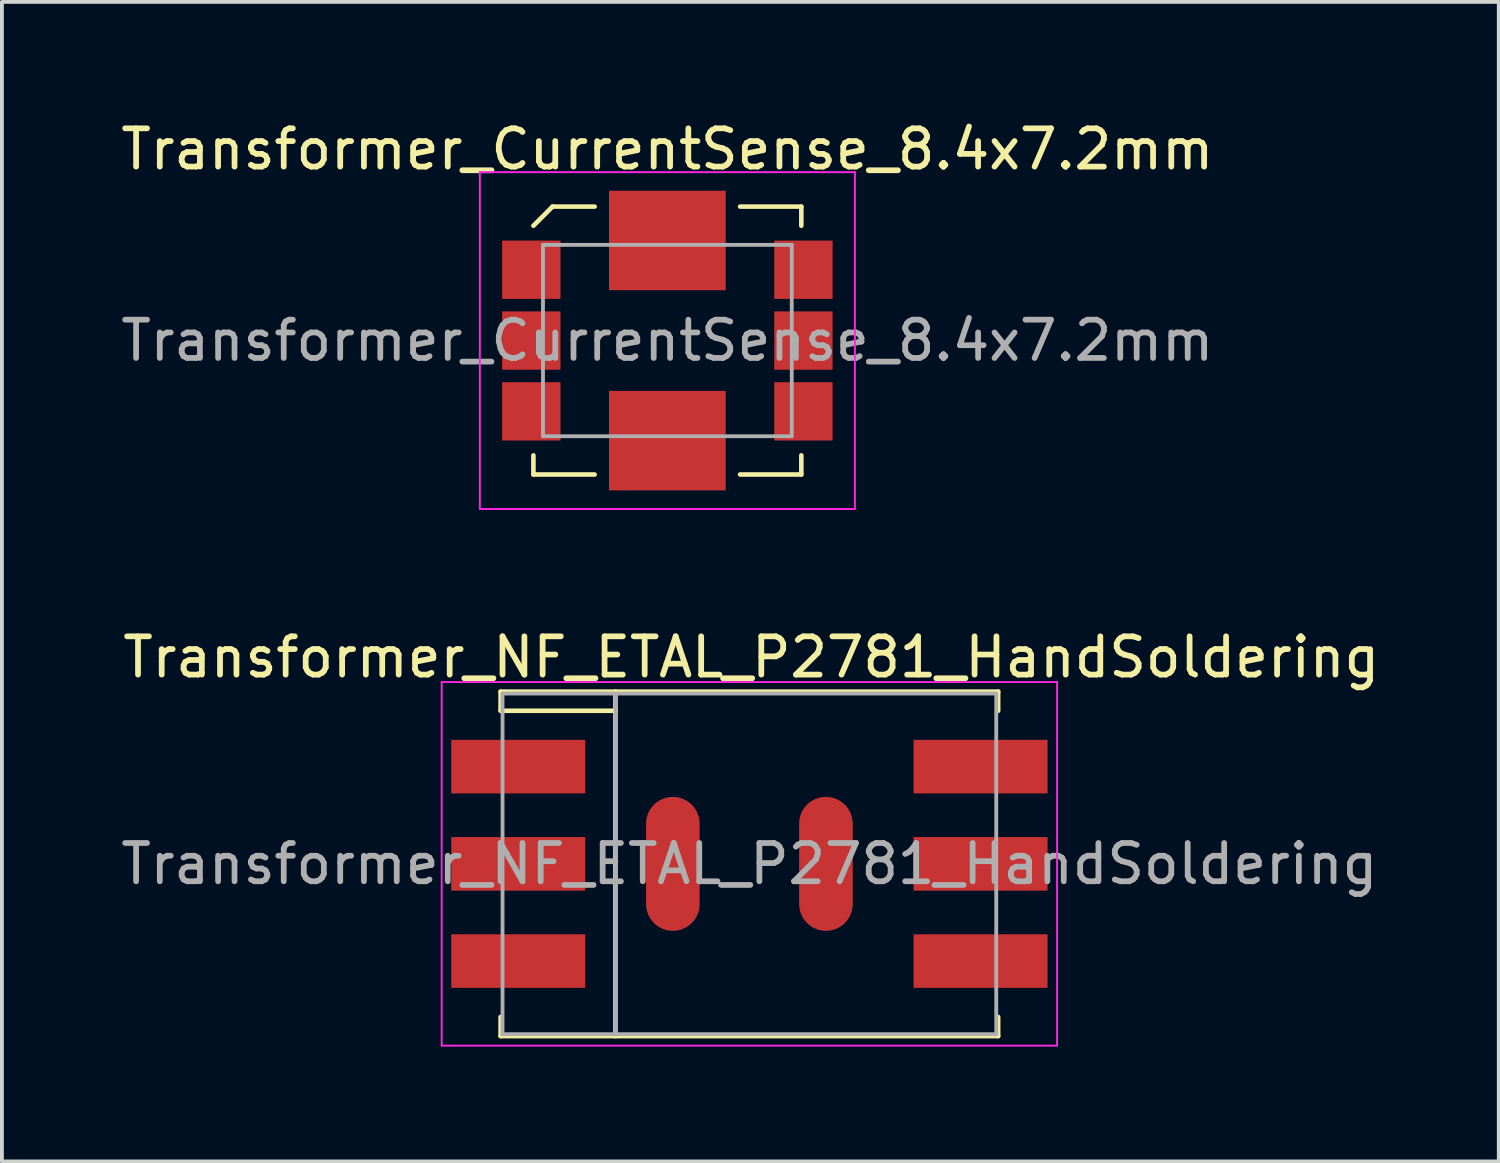
<source format=kicad_pcb>
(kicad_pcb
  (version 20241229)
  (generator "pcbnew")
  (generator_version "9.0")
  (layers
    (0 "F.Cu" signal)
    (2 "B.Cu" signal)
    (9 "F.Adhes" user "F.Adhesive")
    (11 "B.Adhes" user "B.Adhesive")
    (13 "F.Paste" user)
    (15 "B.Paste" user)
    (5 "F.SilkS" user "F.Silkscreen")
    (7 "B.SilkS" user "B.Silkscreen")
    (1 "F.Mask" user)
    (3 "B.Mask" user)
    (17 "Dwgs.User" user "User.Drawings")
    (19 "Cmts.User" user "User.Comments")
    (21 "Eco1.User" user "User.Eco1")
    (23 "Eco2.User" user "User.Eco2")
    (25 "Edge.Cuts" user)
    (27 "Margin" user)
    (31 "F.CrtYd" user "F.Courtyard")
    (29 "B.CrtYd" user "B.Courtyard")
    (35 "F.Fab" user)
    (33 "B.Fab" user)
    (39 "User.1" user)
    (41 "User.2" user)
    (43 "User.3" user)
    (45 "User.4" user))
  (footprint "Transformer_CurrentSense_8.4x7.2mm"
    (layer "F.Cu")
    (at 14.387 5.848)
    (property "Reference" "Transformer_CurrentSense_8.4x7.2mm" (at 0 -5 0) (layer "F.SilkS") (effects (font (size 1 1) (thickness 0.15))))
    (attr smd)
    (fp_line (start -3.5 -3) (end -3 -3.5) (stroke (width 0.12) (type solid)) (layer "F.SilkS"))
    (fp_line (start -3.5 3.5) (end -3.5 3) (stroke (width 0.12) (type solid)) (layer "F.SilkS"))
    (fp_line (start -3 -3.5) (end -1.9 -3.5) (stroke (width 0.12) (type solid)) (layer "F.SilkS"))
    (fp_line (start -1.9 3.5) (end -3.5 3.5) (stroke (width 0.12) (type solid)) (layer "F.SilkS"))
    (fp_line (start 1.9 -3.5) (end 3.5 -3.5) (stroke (width 0.12) (type solid)) (layer "F.SilkS"))
    (fp_line (start 1.9 3.5) (end 3.5 3.5) (stroke (width 0.12) (type solid)) (layer "F.SilkS"))
    (fp_line (start 3.5 -3.5) (end 3.5 -3) (stroke (width 0.12) (type solid)) (layer "F.SilkS"))
    (fp_line (start 3.5 3.5) (end 3.5 3) (stroke (width 0.12) (type solid)) (layer "F.SilkS"))
    (fp_line (start -4.9 -4.4) (end -4.9 4.4) (stroke (width 0.05) (type solid)) (layer "F.CrtYd"))
    (fp_line (start -4.9 4.4) (end 4.9 4.4) (stroke (width 0.05) (type solid)) (layer "F.CrtYd"))
    (fp_line (start 4.9 -4.4) (end -4.9 -4.4) (stroke (width 0.05) (type solid)) (layer "F.CrtYd"))
    (fp_line (start 4.9 4.4) (end 4.9 -4.4) (stroke (width 0.05) (type solid)) (layer "F.CrtYd"))
    (fp_line (start -3.25 -2.5) (end 3.25 -2.5) (stroke (width 0.1) (type solid)) (layer "F.Fab"))
    (fp_line (start -3.25 2.5) (end -3.25 -2.5) (stroke (width 0.1) (type solid)) (layer "F.Fab"))
    (fp_line (start 3.25 -2.5) (end 3.25 2.5) (stroke (width 0.1) (type solid)) (layer "F.Fab"))
    (fp_line (start 3.25 2.5) (end -3.25 2.5) (stroke (width 0.1) (type solid)) (layer "F.Fab"))
    (fp_text user "${REFERENCE}" (at 0 0 0) (layer "F.Fab") (effects (font (size 1 1) (thickness 0.15))))
    (pad "1" smd rect (at -3.555 -1.85) (size 1.524 1.524) (layers "F.Cu" "F.Mask" "F.Paste"))
    (pad "2" smd rect (at -3.555 0) (size 1.524 1.524) (layers "F.Cu" "F.Mask" "F.Paste"))
    (pad "3" smd rect (at -3.555 1.85) (size 1.524 1.524) (layers "F.Cu" "F.Mask" "F.Paste"))
    (pad "4" smd rect (at 3.555 1.85) (size 1.524 1.524) (layers "F.Cu" "F.Mask" "F.Paste"))
    (pad "5" smd rect (at 3.555 0) (size 1.524 1.524) (layers "F.Cu" "F.Mask" "F.Paste"))
    (pad "6" smd rect (at 3.555 -1.85) (size 1.524 1.524) (layers "F.Cu" "F.Mask" "F.Paste"))
    (pad "7" smd rect (at 0 2.615) (size 3.05 2.6) (layers "F.Cu" "F.Mask" "F.Paste"))
    (pad "8" smd rect (at 0 -2.615) (size 3.05 2.6) (layers "F.Cu" "F.Mask" "F.Paste")))
  (footprint "Transformer_NF_ETAL_P2781_HandSoldering"
    (layer "F.Cu")
    (at 16.53 19.521)
    (property "Reference" "Transformer_NF_ETAL_P2781_HandSoldering" (at 0.05 -5.4 0) (layer "F.SilkS") (effects (font (size 1 1) (thickness 0.15))))
    (attr smd)
    (fp_line (start -6.5 -4.5) (end -6.5 -4) (stroke (width 0.12) (type solid)) (layer "F.SilkS"))
    (fp_line (start -6.5 -4.5) (end 6.5 -4.5) (stroke (width 0.12) (type solid)) (layer "F.SilkS"))
    (fp_line (start -6.5 -4) (end -3.5 -4) (stroke (width 0.12) (type solid)) (layer "F.SilkS"))
    (fp_line (start -6.5 4.5) (end -6.5 4) (stroke (width 0.12) (type solid)) (layer "F.SilkS"))
    (fp_line (start -3.5 -4.5) (end -3.5 4.5) (stroke (width 0.12) (type solid)) (layer "F.SilkS"))
    (fp_line (start 6.5 -4.5) (end 6.5 -4) (stroke (width 0.12) (type solid)) (layer "F.SilkS"))
    (fp_line (start 6.5 4.5) (end -6.5 4.5) (stroke (width 0.12) (type solid)) (layer "F.SilkS"))
    (fp_line (start 6.5 4.5) (end 6.5 4) (stroke (width 0.12) (type solid)) (layer "F.SilkS"))
    (fp_line (start -8.04 -4.75) (end -8.04 4.75) (stroke (width 0.05) (type solid)) (layer "F.CrtYd"))
    (fp_line (start -8.04 -4.75) (end 8.04 -4.75) (stroke (width 0.05) (type solid)) (layer "F.CrtYd"))
    (fp_line (start 8.04 4.75) (end -8.04 4.75) (stroke (width 0.05) (type solid)) (layer "F.CrtYd"))
    (fp_line (start 8.04 4.75) (end 8.04 -4.75) (stroke (width 0.05) (type solid)) (layer "F.CrtYd"))
    (fp_line (start -6.45 -4.45) (end -6.45 4.45) (stroke (width 0.1) (type solid)) (layer "F.Fab"))
    (fp_line (start -6.45 4.45) (end 6.45 4.45) (stroke (width 0.1) (type solid)) (layer "F.Fab"))
    (fp_line (start -3.5 -4.4) (end -3.5 4.45) (stroke (width 0.1) (type solid)) (layer "F.Fab"))
    (fp_line (start 6.45 -4.45) (end -6.45 -4.45) (stroke (width 0.1) (type solid)) (layer "F.Fab"))
    (fp_line (start 6.45 4.45) (end 6.45 -4.45) (stroke (width 0.1) (type solid)) (layer "F.Fab"))
    (fp_text user "${REFERENCE}" (at 0 0 0) (layer "F.Fab") (effects (font (size 1 1) (thickness 0.15))))
    (pad "1" smd rect (at -6.04 -2.54) (size 3.5 1.4) (layers "F.Cu" "F.Mask" "F.Paste"))
    (pad "2" smd rect (at -6.04 0) (size 3.5 1.4) (layers "F.Cu" "F.Mask" "F.Paste"))
    (pad "3" smd rect (at -6.04 2.54) (size 3.5 1.4) (layers "F.Cu" "F.Mask" "F.Paste"))
    (pad "4" smd rect (at 6.04 2.54) (size 3.5 1.4) (layers "F.Cu" "F.Mask" "F.Paste"))
    (pad "5" smd rect (at 6.04 0) (size 3.5 1.4) (layers "F.Cu" "F.Mask" "F.Paste"))
    (pad "6" smd rect (at 6.04 -2.54) (size 3.5 1.4) (layers "F.Cu" "F.Mask" "F.Paste"))
    (pad "7" smd oval (at -2 0 90) (size 3.5 1.4) (layers "F.Cu" "F.Mask" "F.Paste"))
    (pad "7" smd oval (at 2 0 90) (size 3.5 1.4) (layers "F.Cu" "F.Mask" "F.Paste")))
  (gr_rect
    (start -3 -3)
    (end 36.11 27.297)
    (stroke (width 0.1) (type default))
    (fill no)
    (layer "Edge.Cuts")))
</source>
